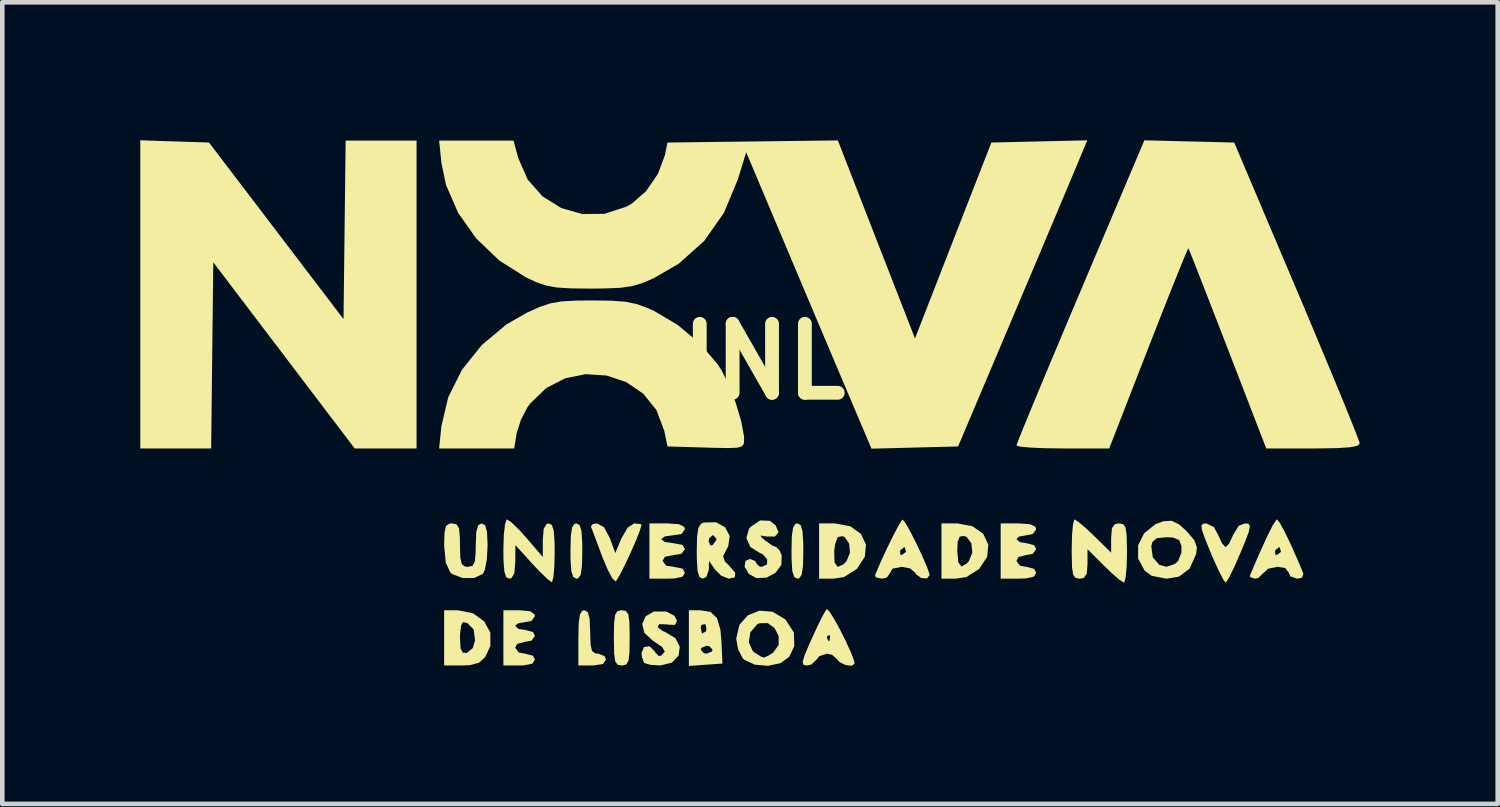
<source format=kicad_pcb>
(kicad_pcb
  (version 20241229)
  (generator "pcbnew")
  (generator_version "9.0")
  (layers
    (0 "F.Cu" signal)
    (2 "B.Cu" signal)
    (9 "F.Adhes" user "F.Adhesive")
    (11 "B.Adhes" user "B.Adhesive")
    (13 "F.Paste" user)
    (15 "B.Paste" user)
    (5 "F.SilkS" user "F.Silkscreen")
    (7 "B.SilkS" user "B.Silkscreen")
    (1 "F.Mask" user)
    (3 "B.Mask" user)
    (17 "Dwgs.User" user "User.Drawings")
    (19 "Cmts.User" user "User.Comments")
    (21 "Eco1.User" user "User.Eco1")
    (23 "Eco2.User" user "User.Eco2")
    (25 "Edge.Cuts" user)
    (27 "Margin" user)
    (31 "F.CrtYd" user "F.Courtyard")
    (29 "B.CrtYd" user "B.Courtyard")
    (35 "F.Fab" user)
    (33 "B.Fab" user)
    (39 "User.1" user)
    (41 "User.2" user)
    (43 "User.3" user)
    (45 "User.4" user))
  (footprint "UNL"
    (layer "F.Cu")
    (at 13.129 4.812)
    (property "Reference" "UNL" (at 0 0 0) (layer "F.SilkS") (effects (font (size 1.5 1.5) (thickness 0.3))))
    (attr board_only exclude_from_pos_files exclude_from_bom)
    (fp_poly (pts (xy -3.577 3.554) (xy -3.537 3.681) (xy -3.52 3.931) (xy -3.518 4.119) (xy -3.526 4.445) (xy -3.553 4.632) (xy -3.607 4.711) (xy -3.647 4.72) (xy -3.717 4.684) (xy -3.757 4.557) (xy -3.774 4.307) (xy -3.776 4.119) (xy -3.768 3.793) (xy -3.741 3.606) (xy -3.687 3.527) (xy -3.647 3.518)) (stroke (width 0) (type solid)) (fill yes) (layer "F.SilkS"))
    (fp_poly (pts (xy 1.228 3.554) (xy 1.268 3.681) (xy 1.285 3.931) (xy 1.287 4.119) (xy 1.28 4.445) (xy 1.252 4.632) (xy 1.199 4.711) (xy 1.158 4.72) (xy 1.089 4.684) (xy 1.048 4.557) (xy 1.032 4.307) (xy 1.03 4.119) (xy 1.037 3.793) (xy 1.065 3.606) (xy 1.118 3.527) (xy 1.158 3.518)) (stroke (width 0) (type solid)) (fill yes) (layer "F.SilkS"))
    (fp_poly (pts (xy -3.398 5.448) (xy -3.358 5.597) (xy -3.347 5.878) (xy -3.339 6.151) (xy -3.307 6.293) (xy -3.235 6.345) (xy -3.175 6.35) (xy -3.035 6.404) (xy -3.003 6.479) (xy -3.069 6.574) (xy -3.276 6.607) (xy -3.304 6.607) (xy -3.604 6.607) (xy -3.604 6.007) (xy -3.596 5.68) (xy -3.569 5.494) (xy -3.516 5.415) (xy -3.475 5.406)) (stroke (width 0) (type solid)) (fill yes) (layer "F.SilkS"))
    (fp_poly (pts (xy -12.382 -4.787) (xy -11.635 -4.763) (xy -10.172 -2.843) (xy -8.71 -0.924) (xy -8.687 -2.865) (xy -8.664 -4.805) (xy -7.893 -4.805) (xy -7.122 -4.805) (xy -7.122 -1.459) (xy -7.122 1.888) (xy -7.795 1.888) (xy -8.468 1.888) (xy -10.005 -0.136) (xy -11.542 -2.159) (xy -11.565 -0.136) (xy -11.588 1.888) (xy -12.358 1.888) (xy -13.129 1.888) (xy -13.129 -1.462) (xy -13.129 -4.812)) (stroke (width 0) (type solid)) (fill yes) (layer "F.SilkS"))
    (fp_poly (pts (xy -2.57 5.422) (xy -2.518 5.495) (xy -2.495 5.662) (xy -2.489 5.959) (xy -2.489 6.007) (xy -2.493 6.322) (xy -2.514 6.503) (xy -2.562 6.586) (xy -2.646 6.607) (xy -2.66 6.607) (xy -2.75 6.591) (xy -2.802 6.518) (xy -2.826 6.351) (xy -2.832 6.055) (xy -2.832 6.007) (xy -2.827 5.691) (xy -2.806 5.51) (xy -2.759 5.428) (xy -2.674 5.406) (xy -2.66 5.406)) (stroke (width 0) (type solid)) (fill yes) (layer "F.SilkS"))
    (fp_poly (pts (xy 2.308 3.581) (xy 2.539 3.745) (xy 2.649 3.978) (xy 2.624 4.245) (xy 2.45 4.509) (xy 2.168 4.686) (xy 1.935 4.72) (xy 1.63 4.72) (xy 1.63 4.119) (xy 1.63 4.114) (xy 1.959 4.114) (xy 1.964 4.363) (xy 2.034 4.464) (xy 2.16 4.409) (xy 2.227 4.338) (xy 2.301 4.157) (xy 2.284 3.959) (xy 2.19 3.818) (xy 2.133 3.794) (xy 2.035 3.818) (xy 1.98 3.962) (xy 1.959 4.114) (xy 1.63 4.114) (xy 1.63 3.518) (xy 1.974 3.518)) (stroke (width 0) (type solid)) (fill yes) (layer "F.SilkS"))
    (fp_poly (pts (xy 4.968 3.581) (xy 5.199 3.745) (xy 5.309 3.978) (xy 5.284 4.245) (xy 5.11 4.509) (xy 4.828 4.686) (xy 4.595 4.72) (xy 4.291 4.72) (xy 4.291 4.119) (xy 4.291 4.113) (xy 4.634 4.113) (xy 4.657 4.365) (xy 4.727 4.455) (xy 4.847 4.384) (xy 4.887 4.338) (xy 4.962 4.154) (xy 4.942 3.955) (xy 4.841 3.814) (xy 4.784 3.792) (xy 4.687 3.804) (xy 4.643 3.915) (xy 4.634 4.113) (xy 4.291 4.113) (xy 4.291 3.518) (xy 4.634 3.518)) (stroke (width 0) (type solid)) (fill yes) (layer "F.SilkS"))
    (fp_poly (pts (xy -5.897 5.472) (xy -5.652 5.646) (xy -5.518 5.894) (xy -5.517 6.182) (xy -5.625 6.417) (xy -5.762 6.546) (xy -5.97 6.601) (xy -6.14 6.607) (xy -6.522 6.607) (xy -6.522 6.013) (xy -6.178 6.013) (xy -6.165 6.237) (xy -6.114 6.33) (xy -6.028 6.334) (xy -5.9 6.229) (xy -5.85 6.058) (xy -5.881 5.823) (xy -6.019 5.684) (xy -6.114 5.665) (xy -6.154 5.74) (xy -6.177 5.931) (xy -6.178 6.013) (xy -6.522 6.013) (xy -6.522 6.007) (xy -6.522 5.406) (xy -6.233 5.406)) (stroke (width 0) (type solid)) (fill yes) (layer "F.SilkS"))
    (fp_poly (pts (xy -4.653 5.427) (xy -4.554 5.498) (xy -4.548 5.535) (xy -4.623 5.638) (xy -4.763 5.664) (xy -4.924 5.693) (xy -4.977 5.749) (xy -4.904 5.814) (xy -4.763 5.835) (xy -4.59 5.88) (xy -4.548 5.964) (xy -4.623 6.067) (xy -4.763 6.093) (xy -4.935 6.137) (xy -4.977 6.221) (xy -4.902 6.325) (xy -4.763 6.35) (xy -4.59 6.395) (xy -4.548 6.479) (xy -4.605 6.568) (xy -4.793 6.605) (xy -4.891 6.607) (xy -5.234 6.607) (xy -5.234 6.007) (xy -5.234 5.406) (xy -4.891 5.406)) (stroke (width 0) (type solid)) (fill yes) (layer "F.SilkS"))
    (fp_poly (pts (xy -3.046 3.601) (xy -2.919 3.84) (xy -2.801 4.162) (xy -2.666 3.84) (xy -2.534 3.613) (xy -2.394 3.519) (xy -2.381 3.519) (xy -2.254 3.532) (xy -2.231 3.548) (xy -2.265 3.669) (xy -2.35 3.887) (xy -2.467 4.153) (xy -2.592 4.42) (xy -2.703 4.64) (xy -2.78 4.766) (xy -2.794 4.779) (xy -2.861 4.718) (xy -2.962 4.533) (xy -3.077 4.262) (xy -3.09 4.227) (xy -3.199 3.934) (xy -3.285 3.705) (xy -3.331 3.587) (xy -3.332 3.584) (xy -3.287 3.53) (xy -3.199 3.518)) (stroke (width 0) (type solid)) (fill yes) (layer "F.SilkS"))
    (fp_poly (pts (xy 6.218 3.535) (xy 6.334 3.592) (xy 6.35 3.647) (xy 6.275 3.75) (xy 6.135 3.776) (xy 5.974 3.805) (xy 5.921 3.861) (xy 5.994 3.926) (xy 6.135 3.947) (xy 6.308 3.992) (xy 6.35 4.076) (xy 6.275 4.18) (xy 6.135 4.205) (xy 5.963 4.249) (xy 5.921 4.333) (xy 5.996 4.437) (xy 6.135 4.462) (xy 6.308 4.507) (xy 6.35 4.591) (xy 6.299 4.676) (xy 6.128 4.714) (xy 5.964 4.72) (xy 5.578 4.72) (xy 5.578 4.119) (xy 5.578 3.518) (xy 5.964 3.518)) (stroke (width 0) (type solid)) (fill yes) (layer "F.SilkS"))
    (fp_poly (pts (xy -1.419 3.535) (xy -1.303 3.592) (xy -1.287 3.647) (xy -1.364 3.749) (xy -1.545 3.776) (xy -1.725 3.801) (xy -1.802 3.86) (xy -1.802 3.861) (xy -1.727 3.922) (xy -1.548 3.947) (xy -1.545 3.947) (xy -1.34 3.986) (xy -1.287 4.076) (xy -1.363 4.179) (xy -1.53 4.205) (xy -1.724 4.245) (xy -1.773 4.333) (xy -1.697 4.436) (xy -1.53 4.462) (xy -1.336 4.502) (xy -1.287 4.591) (xy -1.338 4.676) (xy -1.51 4.714) (xy -1.673 4.72) (xy -2.059 4.72) (xy -2.059 4.119) (xy -2.059 3.518) (xy -1.673 3.518)) (stroke (width 0) (type solid)) (fill yes) (layer "F.SilkS"))
    (fp_poly (pts (xy 10.968 3.528) (xy 10.997 3.579) (xy 10.972 3.703) (xy 10.886 3.93) (xy 10.79 4.162) (xy 10.66 4.459) (xy 10.55 4.684) (xy 10.48 4.798) (xy 10.469 4.805) (xy 10.414 4.732) (xy 10.314 4.537) (xy 10.188 4.257) (xy 10.148 4.162) (xy 10.018 3.845) (xy 9.952 3.654) (xy 9.944 3.557) (xy 9.99 3.522) (xy 10.05 3.518) (xy 10.216 3.6) (xy 10.31 3.776) (xy 10.392 3.954) (xy 10.466 4.033) (xy 10.469 4.033) (xy 10.542 3.961) (xy 10.624 3.787) (xy 10.628 3.776) (xy 10.754 3.569) (xy 10.888 3.518)) (stroke (width 0) (type solid)) (fill yes) (layer "F.SilkS"))
    (fp_poly (pts (xy -0.73 5.444) (xy -0.59 5.577) (xy -0.515 5.832) (xy -0.492 6.104) (xy -0.472 6.565) (xy -0.837 6.591) (xy -1.201 6.617) (xy -1.201 6.264) (xy -0.944 6.264) (xy -0.874 6.34) (xy -0.815 6.35) (xy -0.701 6.304) (xy -0.686 6.264) (xy -0.756 6.188) (xy -0.815 6.178) (xy -0.929 6.225) (xy -0.944 6.264) (xy -1.201 6.264) (xy -1.201 6.012) (xy -1.201 5.787) (xy -0.944 5.787) (xy -0.916 5.911) (xy -0.841 5.874) (xy -0.819 5.841) (xy -0.83 5.731) (xy -0.857 5.707) (xy -0.931 5.726) (xy -0.944 5.787) (xy -1.201 5.787) (xy -1.201 5.406) (xy -0.954 5.406)) (stroke (width 0) (type solid)) (fill yes) (layer "F.SilkS"))
    (fp_poly (pts (xy -5.062 3.493) (xy -4.898 3.651) (xy -4.727 3.84) (xy -4.377 4.248) (xy -4.377 3.883) (xy -4.358 3.636) (xy -4.294 3.529) (xy -4.248 3.518) (xy -4.18 3.552) (xy -4.14 3.674) (xy -4.122 3.915) (xy -4.119 4.162) (xy -4.127 4.468) (xy -4.148 4.692) (xy -4.177 4.794) (xy -4.183 4.796) (xy -4.271 4.732) (xy -4.434 4.576) (xy -4.611 4.389) (xy -4.973 3.99) (xy -4.975 4.355) (xy -4.996 4.602) (xy -5.06 4.709) (xy -5.106 4.72) (xy -5.174 4.686) (xy -5.213 4.564) (xy -5.232 4.323) (xy -5.234 4.076) (xy -5.225 3.768) (xy -5.199 3.541) (xy -5.163 3.435) (xy -5.155 3.432)) (stroke (width 0) (type solid)) (fill yes) (layer "F.SilkS"))
    (fp_poly (pts (xy 9.463 3.544) (xy 9.617 3.683) (xy 9.788 3.882) (xy 9.845 4.045) (xy 9.827 4.185) (xy 9.687 4.501) (xy 9.453 4.676) (xy 9.182 4.72) (xy 8.861 4.657) (xy 8.709 4.547) (xy 8.566 4.28) (xy 8.567 4.016) (xy 8.853 4.016) (xy 8.885 4.255) (xy 9.027 4.419) (xy 9.182 4.462) (xy 9.363 4.4) (xy 9.435 4.338) (xy 9.507 4.158) (xy 9.51 4.016) (xy 9.46 3.88) (xy 9.326 3.825) (xy 9.182 3.819) (xy 8.972 3.839) (xy 8.877 3.922) (xy 8.853 4.016) (xy 8.567 4.016) (xy 8.567 3.994) (xy 8.698 3.732) (xy 8.941 3.536) (xy 9.115 3.472) (xy 9.295 3.46)) (stroke (width 0) (type solid)) (fill yes) (layer "F.SilkS"))
    (fp_poly (pts (xy -5.631 3.559) (xy -5.59 3.702) (xy -5.578 3.981) (xy -5.578 4.016) (xy -5.595 4.305) (xy -5.638 4.529) (xy -5.681 4.617) (xy -5.873 4.705) (xy -6.123 4.705) (xy -6.345 4.62) (xy -6.387 4.585) (xy -6.486 4.375) (xy -6.522 4.009) (xy -6.522 3.984) (xy -6.514 3.713) (xy -6.481 3.573) (xy -6.408 3.523) (xy -6.35 3.518) (xy -6.251 3.539) (xy -6.199 3.627) (xy -6.18 3.825) (xy -6.178 3.99) (xy -6.171 4.263) (xy -6.139 4.405) (xy -6.067 4.457) (xy -6.007 4.462) (xy -5.908 4.442) (xy -5.856 4.353) (xy -5.837 4.156) (xy -5.835 3.99) (xy -5.824 3.706) (xy -5.783 3.559) (xy -5.706 3.518)) (stroke (width 0) (type solid)) (fill yes) (layer "F.SilkS"))
    (fp_poly (pts (xy 0.559 3.462) (xy 0.683 3.557) (xy 0.749 3.712) (xy 0.67 3.803) (xy 0.493 3.804) (xy 0.36 3.781) (xy 0.374 3.82) (xy 0.467 3.898) (xy 0.618 4.002) (xy 0.697 4.033) (xy 0.77 4.104) (xy 0.817 4.211) (xy 0.81 4.421) (xy 0.682 4.593) (xy 0.483 4.698) (xy 0.266 4.707) (xy 0.103 4.617) (xy 0.01 4.46) (xy 0.029 4.333) (xy 0.129 4.291) (xy 0.243 4.337) (xy 0.257 4.376) (xy 0.327 4.452) (xy 0.386 4.462) (xy 0.498 4.41) (xy 0.501 4.298) (xy 0.404 4.189) (xy 0.343 4.162) (xy 0.135 4.03) (xy 0.049 3.838) (xy 0.106 3.634) (xy 0.135 3.597) (xy 0.347 3.453)) (stroke (width 0) (type solid)) (fill yes) (layer "F.SilkS"))
    (fp_poly (pts (xy 0.617 5.438) (xy 0.887 5.6) (xy 0.905 5.617) (xy 1.083 5.892) (xy 1.091 6.187) (xy 0.982 6.417) (xy 0.792 6.556) (xy 0.519 6.614) (xy 0.233 6.59) (xy 0.003 6.482) (xy -0.03 6.451) (xy -0.132 6.253) (xy -0.158 6.103) (xy 0.102 6.103) (xy 0.187 6.292) (xy 0.223 6.324) (xy 0.367 6.413) (xy 0.429 6.436) (xy 0.533 6.391) (xy 0.635 6.324) (xy 0.751 6.16) (xy 0.751 5.968) (xy 0.663 5.794) (xy 0.514 5.686) (xy 0.33 5.689) (xy 0.279 5.716) (xy 0.135 5.886) (xy 0.102 6.103) (xy -0.158 6.103) (xy -0.172 6.021) (xy -0.102 5.723) (xy 0.081 5.516) (xy 0.334 5.416)) (stroke (width 0) (type solid)) (fill yes) (layer "F.SilkS"))
    (fp_poly (pts (xy 11.647 3.506) (xy 11.756 3.706) (xy 11.896 3.998) (xy 12.051 4.348) (xy 12.16 4.612) (xy 12.129 4.699) (xy 12.023 4.72) (xy 11.876 4.668) (xy 11.842 4.591) (xy 11.766 4.488) (xy 11.594 4.462) (xy 11.393 4.503) (xy 11.296 4.591) (xy 11.178 4.705) (xy 11.108 4.72) (xy 11.003 4.686) (xy 10.998 4.651) (xy 11.193 4.192) (xy 11.227 4.119) (xy 11.542 4.119) (xy 11.548 4.198) (xy 11.579 4.205) (xy 11.667 4.142) (xy 11.67 4.119) (xy 11.641 4.035) (xy 11.632 4.033) (xy 11.559 4.093) (xy 11.542 4.119) (xy 11.227 4.119) (xy 11.361 3.824) (xy 11.49 3.566) (xy 11.571 3.441) (xy 11.586 3.432)) (stroke (width 0) (type solid)) (fill yes) (layer "F.SilkS"))
    (fp_poly (pts (xy 7.273 3.488) (xy 7.442 3.632) (xy 7.612 3.794) (xy 7.98 4.155) (xy 7.98 3.836) (xy 7.997 3.622) (xy 8.064 3.532) (xy 8.152 3.518) (xy 8.24 3.533) (xy 8.291 3.603) (xy 8.316 3.762) (xy 8.323 4.046) (xy 8.324 4.162) (xy 8.316 4.469) (xy 8.294 4.697) (xy 8.264 4.803) (xy 8.258 4.805) (xy 8.167 4.749) (xy 7.997 4.603) (xy 7.829 4.442) (xy 7.466 4.079) (xy 7.466 4.399) (xy 7.449 4.614) (xy 7.383 4.705) (xy 7.294 4.72) (xy 7.206 4.704) (xy 7.155 4.635) (xy 7.13 4.476) (xy 7.123 4.192) (xy 7.122 4.076) (xy 7.13 3.768) (xy 7.15 3.541) (xy 7.178 3.435) (xy 7.183 3.432)) (stroke (width 0) (type solid)) (fill yes) (layer "F.SilkS"))
    (fp_poly (pts (xy -1.698 5.435) (xy -1.687 5.438) (xy -1.517 5.525) (xy -1.459 5.632) (xy -1.502 5.725) (xy -1.654 5.719) (xy -1.673 5.714) (xy -1.844 5.708) (xy -1.882 5.772) (xy -1.772 5.858) (xy -1.724 5.876) (xy -1.496 6.011) (xy -1.399 6.199) (xy -1.425 6.393) (xy -1.569 6.545) (xy -1.823 6.607) (xy -1.829 6.607) (xy -2.041 6.592) (xy -2.17 6.554) (xy -2.174 6.55) (xy -2.223 6.424) (xy -2.231 6.336) (xy -2.176 6.206) (xy -2.058 6.189) (xy -1.95 6.291) (xy -1.941 6.313) (xy -1.856 6.401) (xy -1.803 6.393) (xy -1.724 6.305) (xy -1.784 6.202) (xy -1.98 6.072) (xy -2.169 5.898) (xy -2.215 5.705) (xy -2.14 5.536) (xy -1.961 5.433)) (stroke (width 0) (type solid)) (fill yes) (layer "F.SilkS"))
    (fp_poly (pts (xy 1.85 5.427) (xy 1.952 5.587) (xy 2.08 5.818) (xy 2.21 6.077) (xy 2.321 6.319) (xy 2.39 6.503) (xy 2.403 6.565) (xy 2.34 6.614) (xy 2.205 6.597) (xy 2.074 6.534) (xy 2.028 6.479) (xy 1.912 6.373) (xy 1.802 6.35) (xy 1.636 6.405) (xy 1.576 6.479) (xy 1.458 6.588) (xy 1.367 6.607) (xy 1.292 6.594) (xy 1.273 6.531) (xy 1.314 6.387) (xy 1.422 6.13) (xy 1.468 6.028) (xy 1.478 6.007) (xy 1.802 6.007) (xy 1.833 6.077) (xy 1.859 6.064) (xy 1.87 5.962) (xy 1.859 5.95) (xy 1.808 5.961) (xy 1.802 6.007) (xy 1.478 6.007) (xy 1.603 5.737) (xy 1.718 5.508) (xy 1.79 5.386) (xy 1.794 5.381)) (stroke (width 0) (type solid)) (fill yes) (layer "F.SilkS"))
    (fp_poly (pts (xy -0.414 3.603) (xy -0.314 3.789) (xy -0.345 4.015) (xy -0.38 4.079) (xy -0.458 4.234) (xy -0.416 4.347) (xy -0.339 4.423) (xy -0.194 4.591) (xy -0.203 4.691) (xy -0.333 4.72) (xy -0.499 4.654) (xy -0.629 4.527) (xy -0.763 4.333) (xy -0.768 4.527) (xy -0.82 4.682) (xy -0.901 4.72) (xy -0.971 4.684) (xy -1.012 4.556) (xy -1.028 4.303) (xy -1.03 4.129) (xy -1.025 3.909) (xy -0.772 3.909) (xy -0.731 3.998) (xy -0.686 3.99) (xy -0.604 3.88) (xy -0.601 3.856) (xy -0.666 3.778) (xy -0.686 3.776) (xy -0.762 3.846) (xy -0.772 3.909) (xy -1.025 3.909) (xy -1.023 3.808) (xy -0.996 3.62) (xy -0.939 3.527) (xy -0.876 3.498) (xy -0.612 3.493)) (stroke (width 0) (type solid)) (fill yes) (layer "F.SilkS"))
    (fp_poly (pts (xy 3.504 3.505) (xy 3.608 3.686) (xy 3.734 3.933) (xy 3.861 4.2) (xy 3.966 4.439) (xy 4.026 4.606) (xy 4.033 4.643) (xy 3.975 4.715) (xy 3.851 4.705) (xy 3.74 4.626) (xy 3.721 4.591) (xy 3.605 4.495) (xy 3.423 4.462) (xy 3.226 4.502) (xy 3.175 4.591) (xy 3.103 4.696) (xy 2.996 4.72) (xy 2.866 4.691) (xy 2.846 4.647) (xy 2.955 4.387) (xy 3.078 4.119) (xy 3.39 4.119) (xy 3.396 4.198) (xy 3.427 4.205) (xy 3.515 4.142) (xy 3.518 4.119) (xy 3.489 4.035) (xy 3.48 4.033) (xy 3.407 4.093) (xy 3.39 4.119) (xy 3.078 4.119) (xy 3.089 4.096) (xy 3.226 3.815) (xy 3.345 3.587) (xy 3.426 3.453) (xy 3.446 3.435)) (stroke (width 0) (type solid)) (fill yes) (layer "F.SilkS"))
    (fp_poly (pts (xy 9.679 -4.787) (xy 10.656 -4.763) (xy 12.02 -1.545) (xy 12.316 -0.844) (xy 12.589 -0.191) (xy 12.834 0.397) (xy 13.043 0.904) (xy 13.208 1.311) (xy 13.323 1.602) (xy 13.38 1.759) (xy 13.385 1.781) (xy 13.338 1.829) (xy 13.181 1.862) (xy 12.896 1.881) (xy 12.462 1.888) (xy 12.369 1.888) (xy 11.352 1.888) (xy 10.515 -0.279) (xy 10.294 -0.85) (xy 10.093 -1.367) (xy 9.921 -1.808) (xy 9.786 -2.152) (xy 9.696 -2.378) (xy 9.66 -2.466) (xy 9.66 -2.466) (xy 9.625 -2.395) (xy 9.537 -2.184) (xy 9.403 -1.854) (xy 9.231 -1.424) (xy 9.03 -0.915) (xy 8.808 -0.347) (xy 8.789 -0.3) (xy 7.938 1.888) (xy 6.929 1.888) (xy 6.536 1.883) (xy 6.215 1.869) (xy 5.998 1.848) (xy 5.921 1.823) (xy 5.953 1.733) (xy 6.046 1.502) (xy 6.191 1.146) (xy 6.383 0.683) (xy 6.614 0.129) (xy 6.878 -0.499) (xy 7.166 -1.184) (xy 7.311 -1.526) (xy 8.702 -4.811)) (stroke (width 0) (type solid)) (fill yes) (layer "F.SilkS"))
    (fp_poly (pts (xy -2.881 -1.324) (xy -2.575 -1.301) (xy -2.331 -1.25) (xy -2.094 -1.163) (xy -1.959 -1.102) (xy -1.441 -0.795) (xy -0.964 -0.395) (xy -0.582 0.05) (xy -0.485 0.2) (xy -0.324 0.526) (xy -0.177 0.914) (xy -0.063 1.298) (xy -0.004 1.616) (xy 0 1.692) (xy -0.006 1.785) (xy -0.046 1.842) (xy -0.151 1.872) (xy -0.353 1.88) (xy -0.684 1.874) (xy -0.833 1.869) (xy -1.666 1.845) (xy -1.736 1.507) (xy -1.907 1.053) (xy -2.193 0.698) (xy -2.563 0.446) (xy -2.989 0.303) (xy -3.441 0.273) (xy -3.89 0.363) (xy -4.305 0.576) (xy -4.658 0.919) (xy -4.71 0.99) (xy -4.853 1.265) (xy -4.946 1.559) (xy -4.949 1.577) (xy -4.999 1.888) (xy -5.815 1.888) (xy -6.631 1.888) (xy -6.582 1.406) (xy -6.434 0.776) (xy -6.135 0.178) (xy -5.705 -0.359) (xy -5.167 -0.809) (xy -4.72 -1.065) (xy -4.442 -1.19) (xy -4.207 -1.268) (xy -3.958 -1.31) (xy -3.639 -1.327) (xy -3.304 -1.33)) (stroke (width 0) (type solid)) (fill yes) (layer "F.SilkS"))
    (fp_poly (pts (xy 7.146 -4.057) (xy 7.033 -3.789) (xy 6.865 -3.389) (xy 6.652 -2.884) (xy 6.406 -2.3) (xy 6.137 -1.665) (xy 5.858 -1.004) (xy 5.742 -0.729) (xy 4.652 1.845) (xy 3.711 1.869) (xy 2.769 1.893) (xy 2.122 0.367) (xy 1.872 -0.224) (xy 1.58 -0.914) (xy 1.273 -1.64) (xy 0.977 -2.343) (xy 0.76 -2.856) (xy 0.045 -4.553) (xy -0.135 -3.965) (xy -0.438 -3.236) (xy -0.868 -2.623) (xy -1.422 -2.128) (xy -1.97 -1.811) (xy -2.212 -1.707) (xy -2.438 -1.641) (xy -2.697 -1.604) (xy -3.042 -1.59) (xy -3.347 -1.587) (xy -3.77 -1.592) (xy -4.073 -1.611) (xy -4.307 -1.654) (xy -4.524 -1.729) (xy -4.745 -1.832) (xy -5.327 -2.2) (xy -5.826 -2.679) (xy -6.219 -3.236) (xy -6.482 -3.841) (xy -6.582 -4.323) (xy -6.631 -4.805) (xy -5.822 -4.805) (xy -5.013 -4.805) (xy -4.911 -4.424) (xy -4.706 -3.959) (xy -4.384 -3.593) (xy -3.978 -3.339) (xy -3.517 -3.208) (xy -3.034 -3.214) (xy -2.56 -3.369) (xy -2.439 -3.437) (xy -2.128 -3.71) (xy -1.873 -4.085) (xy -1.722 -4.489) (xy -1.721 -4.493) (xy -1.666 -4.763) (xy 0.186 -4.786) (xy 2.038 -4.809) (xy 2.431 -3.799) (xy 2.622 -3.308) (xy 2.847 -2.731) (xy 3.076 -2.143) (xy 3.27 -1.646) (xy 3.715 -0.503) (xy 4.545 -2.633) (xy 5.376 -4.763) (xy 6.418 -4.787) (xy 7.461 -4.811)) (stroke (width 0) (type solid)) (fill yes) (layer "F.SilkS")))
  (gr_rect
    (start -3 -3)
    (end 29.514 14.429)
    (stroke (width 0.1) (type default))
    (fill no)
    (layer "Edge.Cuts")))
</source>
